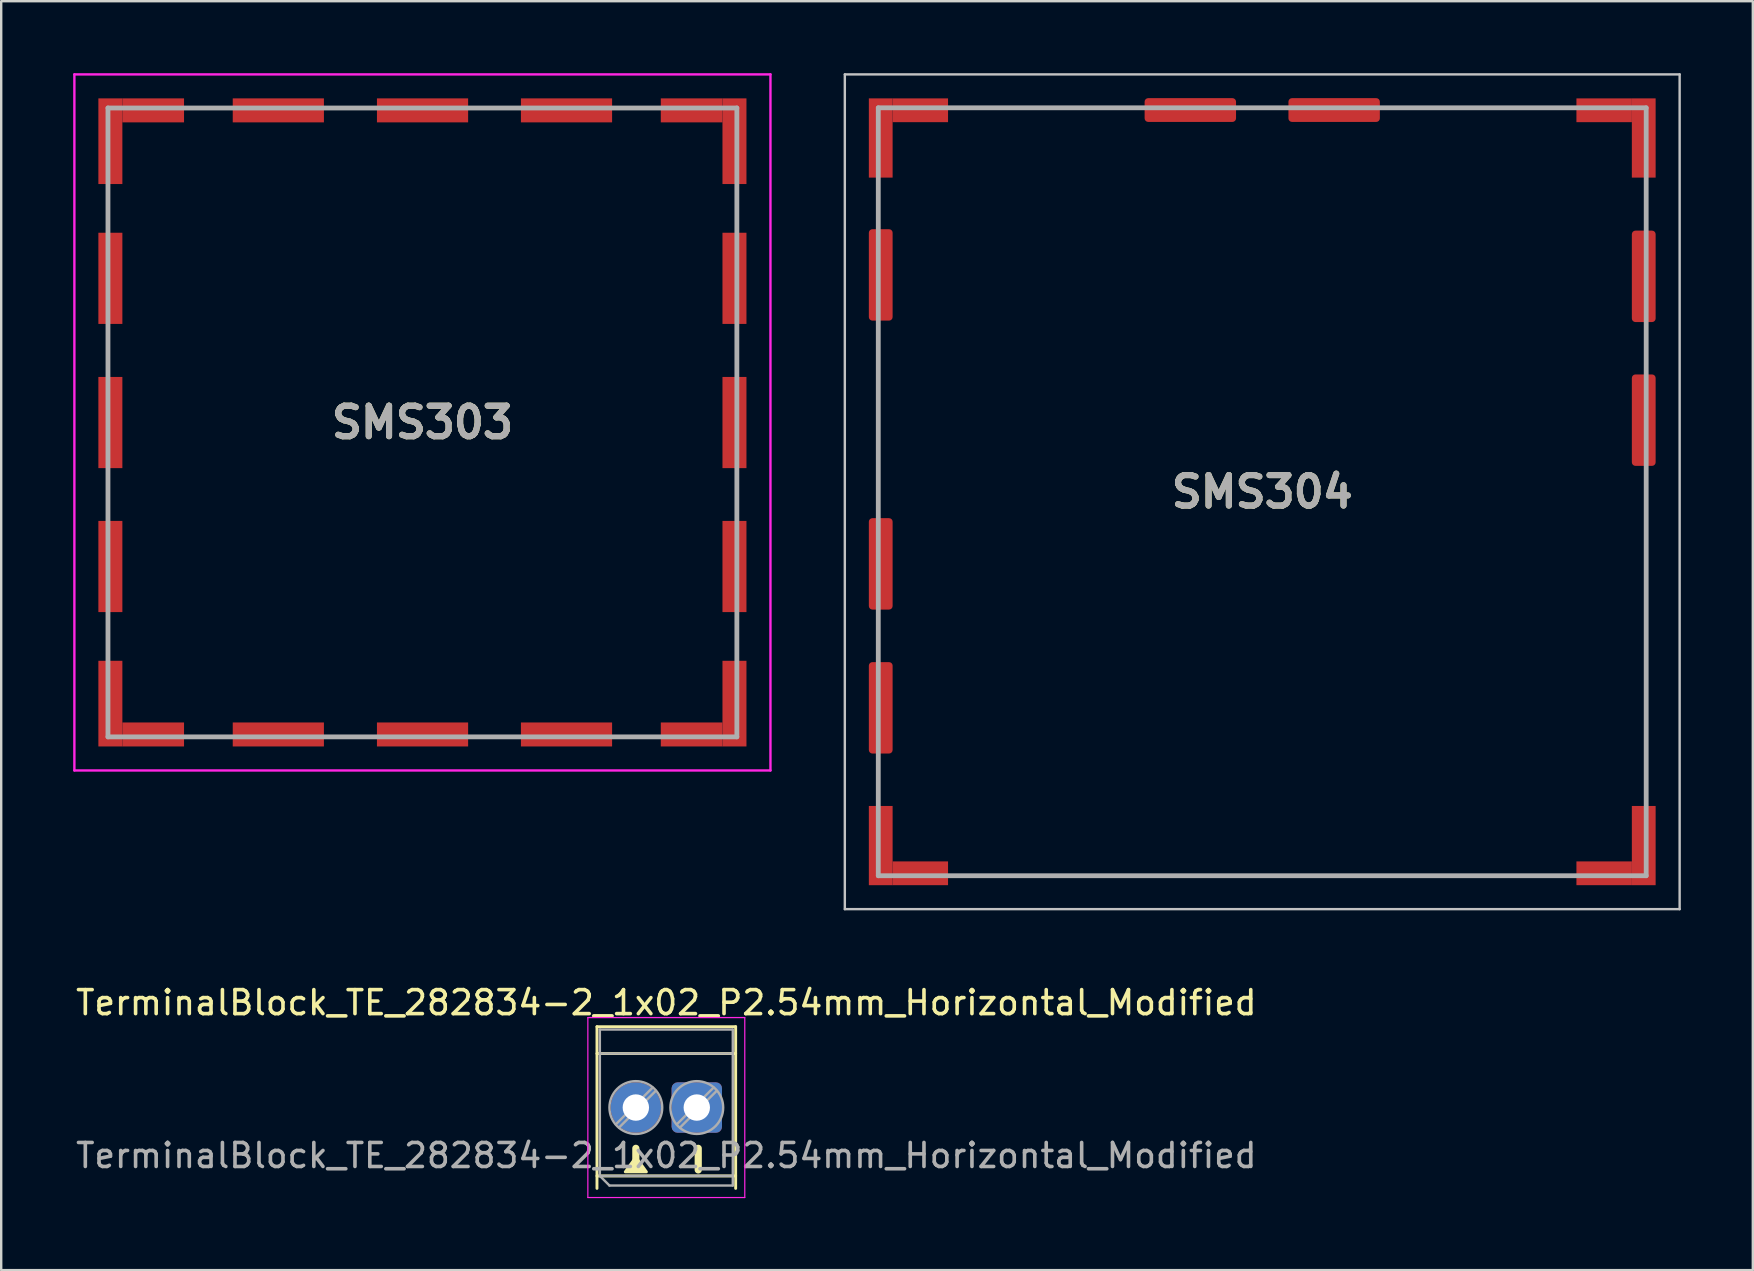
<source format=kicad_pcb>
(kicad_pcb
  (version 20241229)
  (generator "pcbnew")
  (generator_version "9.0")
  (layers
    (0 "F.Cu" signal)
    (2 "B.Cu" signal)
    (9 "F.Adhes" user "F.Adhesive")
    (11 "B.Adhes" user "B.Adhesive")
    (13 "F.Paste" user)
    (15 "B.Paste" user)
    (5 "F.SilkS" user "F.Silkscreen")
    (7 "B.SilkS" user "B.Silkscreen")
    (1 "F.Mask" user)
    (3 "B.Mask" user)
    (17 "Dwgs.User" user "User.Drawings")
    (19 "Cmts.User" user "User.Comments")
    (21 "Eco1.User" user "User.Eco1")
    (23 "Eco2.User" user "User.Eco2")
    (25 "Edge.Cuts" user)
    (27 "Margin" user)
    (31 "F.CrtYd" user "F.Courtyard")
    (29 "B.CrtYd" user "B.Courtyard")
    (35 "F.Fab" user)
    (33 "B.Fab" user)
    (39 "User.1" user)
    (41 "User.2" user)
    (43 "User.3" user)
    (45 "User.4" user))
  (footprint "SMS304"
    (layer "F.Cu")
    (at 49.556 17.446)
    (property "Reference" "SMS304" (at 0 0 0) (layer "F.SilkS") (effects (font (size 1.27 1.27) (thickness 0.254))))
    (attr smd)
    (fp_line (start -16.002 -12.5) (end -16.002 -11.5) (stroke (width 0.1) (type solid)) (layer "F.SilkS"))
    (fp_line (start -16.002 -6.5) (end -16 -5.5) (stroke (width 0.1) (type solid)) (layer "F.SilkS"))
    (fp_line (start -16 -0.5) (end -16.002 0.5) (stroke (width 0.1) (type solid)) (layer "F.SilkS"))
    (fp_line (start -16 5.5) (end -16 6.5) (stroke (width 0.1) (type solid)) (layer "F.SilkS"))
    (fp_line (start -16 11.5) (end -16 12.5) (stroke (width 0.1) (type solid)) (layer "F.SilkS"))
    (fp_line (start -12.5 16.002) (end -11.5 16.002) (stroke (width 0.1) (type solid)) (layer "F.SilkS"))
    (fp_line (start -11.5 -16.002) (end -12.5 -16.002) (stroke (width 0.1) (type solid)) (layer "F.SilkS"))
    (fp_line (start -6.5 16.002) (end -5.5 16.002) (stroke (width 0.1) (type solid)) (layer "F.SilkS"))
    (fp_line (start -5.5 -16) (end -6.5 -16) (stroke (width 0.1) (type solid)) (layer "F.SilkS"))
    (fp_line (start -0.5 16.002) (end 0.5 16.002) (stroke (width 0.1) (type solid)) (layer "F.SilkS"))
    (fp_line (start 0.5 -16.002) (end -0.5 -16.002) (stroke (width 0.1) (type solid)) (layer "F.SilkS"))
    (fp_line (start 5.5 16) (end 6.5 16.002) (stroke (width 0.1) (type solid)) (layer "F.SilkS"))
    (fp_line (start 6.5 -16.002) (end 5.5 -16.002) (stroke (width 0.1) (type solid)) (layer "F.SilkS"))
    (fp_line (start 11.5 16.002) (end 12.5 16) (stroke (width 0.1) (type solid)) (layer "F.SilkS"))
    (fp_line (start 12.5 -16) (end 11.5 -16) (stroke (width 0.1) (type solid)) (layer "F.SilkS"))
    (fp_line (start 16 -11.5) (end 16.002 -12.5) (stroke (width 0.1) (type solid)) (layer "F.SilkS"))
    (fp_line (start 16 6.5) (end 16.002 5.5) (stroke (width 0.1) (type solid)) (layer "F.SilkS"))
    (fp_line (start 16.002 -5.5) (end 16.002 -6.5) (stroke (width 0.1) (type solid)) (layer "F.SilkS"))
    (fp_line (start 16.002 0.5) (end 16.002 -0.5) (stroke (width 0.1) (type solid)) (layer "F.SilkS"))
    (fp_line (start 16.002 12.5) (end 16.002 11.5) (stroke (width 0.1) (type solid)) (layer "F.SilkS"))
    (fp_line (start -17.396 -17.396) (end 17.396 -17.396) (stroke (width 0.1) (type solid)) (layer "Dwgs.User"))
    (fp_line (start -17.396 17.395) (end -17.396 -17.396) (stroke (width 0.1) (type solid)) (layer "Dwgs.User"))
    (fp_line (start 17.396 -17.396) (end 17.396 17.395) (stroke (width 0.1) (type solid)) (layer "Dwgs.User"))
    (fp_line (start 17.396 17.395) (end -17.396 17.395) (stroke (width 0.1) (type solid)) (layer "Dwgs.User"))
    (fp_line (start -16.002 -16.002) (end 16.002 -16.002) (stroke (width 0.2) (type solid)) (layer "F.Fab"))
    (fp_line (start -16.002 16.002) (end -16.002 -16.002) (stroke (width 0.2) (type solid)) (layer "F.Fab"))
    (fp_line (start 16.002 -16.002) (end 16.002 16.002) (stroke (width 0.2) (type solid)) (layer "F.Fab"))
    (fp_line (start 16.002 16.002) (end -16.002 16.002) (stroke (width 0.2) (type solid)) (layer "F.Fab"))
    (fp_text user "${REFERENCE}" (at 0 0 0) (layer "F.Fab") (effects (font (size 1.27 1.27) (thickness 0.254))))
    (pad "1" smd rect (at -15.9 -14.745) (size 0.991 3.302) (layers "F.Cu" "F.Mask"))
    (pad "1" smd roundrect (at -15.9 -9.039) (size 0.991 3.81) (layers "F.Cu" "F.Mask") (roundrect_rratio 0.15))
    (pad "1" smd roundrect (at -15.9 3.004) (size 0.991 3.81) (layers "F.Cu" "F.Mask") (roundrect_rratio 0.15))
    (pad "1" smd roundrect (at -15.9 9.004) (size 0.991 3.81) (layers "F.Cu" "F.Mask") (roundrect_rratio 0.15))
    (pad "1" smd rect (at -15.9 14.745) (size 0.991 3.302) (layers "F.Cu" "F.Mask"))
    (pad "1" smd rect (at -14.25 -15.9 90) (size 0.991 2.311) (layers "F.Cu" "F.Mask"))
    (pad "1" smd rect (at -14.25 15.9 90) (size 0.991 2.311) (layers "F.Cu" "F.Mask"))
    (pad "1" smd roundrect (at -2.997 -15.91 90) (size 0.991 3.81) (layers "F.Cu" "F.Mask") (roundrect_rratio 0.15))
    (pad "1" smd roundrect (at 2.997 -15.91 90) (size 0.991 3.81) (layers "F.Cu" "F.Mask") (roundrect_rratio 0.15))
    (pad "1" smd rect (at 14.25 -15.9 90) (size 0.991 2.311) (layers "F.Cu" "F.Mask"))
    (pad "1" smd rect (at 14.25 15.9 90) (size 0.991 2.311) (layers "F.Cu" "F.Mask"))
    (pad "1" smd rect (at 15.9 -14.745) (size 0.991 3.302) (layers "F.Cu" "F.Mask"))
    (pad "1" smd roundrect (at 15.9 -8.979) (size 0.991 3.81) (layers "F.Cu" "F.Mask") (roundrect_rratio 0.15))
    (pad "1" smd roundrect (at 15.9 -2.985) (size 0.991 3.81) (layers "F.Cu" "F.Mask") (roundrect_rratio 0.15))
    (pad "1" smd rect (at 15.9 14.745) (size 0.991 3.302) (layers "F.Cu" "F.Mask")))
  (footprint "TerminalBlock_TE_282834-2_1x02_P2.54mm_Horizontal_Modified"
    (layer "F.Cu")
    (at 23.45 43.109)
    (property "Reference" "TerminalBlock_TE_282834-2_1x02_P2.54mm_Horizontal_Modified" (at 1.27 -4.37 0) (layer "F.SilkS") (effects (font (size 1 1) (thickness 0.15))))
    (attr through_hole)
    (fp_line (start -1.62 -3.37) (end 4.16 -3.37) (stroke (width 0.12) (type solid)) (layer "F.SilkS"))
    (fp_line (start -1.62 -2.25) (end 4.16 -2.25) (stroke (width 0.12) (type solid)) (layer "F.SilkS"))
    (fp_line (start -1.62 2.85) (end 4.16 2.85) (stroke (width 0.12) (type solid)) (layer "F.SilkS"))
    (fp_line (start -1.62 3.37) (end -1.62 -3.37) (stroke (width 0.12) (type solid)) (layer "F.SilkS"))
    (fp_line (start 0 2.4) (end 0 1.7) (stroke (width 0.3) (type solid)) (layer "F.SilkS"))
    (fp_line (start 2.6 2.6) (end 2.6 1.7) (stroke (width 0.3) (type solid)) (layer "F.SilkS"))
    (fp_line (start 4.16 -3.37) (end 4.16 3.37) (stroke (width 0.12) (type solid)) (layer "F.SilkS"))
    (fp_poly (pts (xy 0 2.07) (xy 0.44 2.68) (xy -0.44 2.68)) (stroke (width 0.12) (type solid)) (fill yes) (layer "F.SilkS"))
    (fp_line (start -2 -3.75) (end -2 3.75) (stroke (width 0.05) (type solid)) (layer "F.CrtYd"))
    (fp_line (start -2 3.75) (end 4.54 3.75) (stroke (width 0.05) (type solid)) (layer "F.CrtYd"))
    (fp_line (start 4.54 -3.75) (end -2 -3.75) (stroke (width 0.05) (type solid)) (layer "F.CrtYd"))
    (fp_line (start 4.54 3.75) (end 4.54 -3.75) (stroke (width 0.05) (type solid)) (layer "F.CrtYd"))
    (fp_line (start -1.5 -3.25) (end 4.04 -3.25) (stroke (width 0.1) (type solid)) (layer "F.Fab"))
    (fp_line (start -1.5 -2.25) (end 4.04 -2.25) (stroke (width 0.1) (type solid)) (layer "F.Fab"))
    (fp_line (start -1.5 2.85) (end -1.5 -3.25) (stroke (width 0.1) (type solid)) (layer "F.Fab"))
    (fp_line (start -1.5 2.85) (end 4.04 2.85) (stroke (width 0.1) (type solid)) (layer "F.Fab"))
    (fp_line (start -1.1 3.25) (end -1.5 2.85) (stroke (width 0.1) (type solid)) (layer "F.Fab"))
    (fp_line (start 0.7 -0.834) (end -0.834 0.7) (stroke (width 0.1) (type solid)) (layer "F.Fab"))
    (fp_line (start 0.834 -0.7) (end -0.7 0.834) (stroke (width 0.1) (type solid)) (layer "F.Fab"))
    (fp_line (start 3.24 -0.834) (end 1.706 0.7) (stroke (width 0.1) (type solid)) (layer "F.Fab"))
    (fp_line (start 3.374 -0.7) (end 1.84 0.834) (stroke (width 0.1) (type solid)) (layer "F.Fab"))
    (fp_line (start 4.04 -3.25) (end 4.04 3.25) (stroke (width 0.1) (type solid)) (layer "F.Fab"))
    (fp_line (start 4.04 3.25) (end -1.1 3.25) (stroke (width 0.1) (type solid)) (layer "F.Fab"))
    (fp_circle (center 0 0) (end 1.1 0) (stroke (width 0.1) (type solid)) (fill no) (layer "F.Fab"))
    (fp_circle (center 2.54 0) (end 3.64 0) (stroke (width 0.1) (type solid)) (fill no) (layer "F.Fab"))
    (fp_text user "${REFERENCE}" (at 1.27 2 0) (layer "F.Fab") (effects (font (size 1 1) (thickness 0.15))))
    (pad "1" thru_hole circle (at 0 0) (size 2.1 2.1) (drill 1.1) (layers "*.Cu" "*.Mask"))
    (pad "2" thru_hole roundrect (at 2.54 0) (size 2.1 2.1) (drill 1.1) (layers "*.Cu" "*.Mask") (roundrect_rratio 0.119)))
  (footprint "SMS303"
    (layer "F.Cu")
    (at 14.555 14.555)
    (property "Reference" "SMS303" (at 0 0 0) (layer "F.SilkS") (effects (font (size 1.27 1.27) (thickness 0.254))))
    (attr smd)
    (fp_line (start -13.105 -9.5) (end -13.105 -8.5) (stroke (width 0.1) (type solid)) (layer "F.SilkS"))
    (fp_line (start -13.105 -3.5) (end -13.105 -2.5) (stroke (width 0.1) (type solid)) (layer "F.SilkS"))
    (fp_line (start -13.105 2.5) (end -13.105 3.5) (stroke (width 0.1) (type solid)) (layer "F.SilkS"))
    (fp_line (start -13.105 8.5) (end -13.105 9.5) (stroke (width 0.1) (type solid)) (layer "F.SilkS"))
    (fp_line (start -9.5 -13.105) (end -8.5 -13.105) (stroke (width 0.1) (type solid)) (layer "F.SilkS"))
    (fp_line (start -9 13.105) (end -8.5 13.105) (stroke (width 0.1) (type solid)) (layer "F.SilkS"))
    (fp_line (start -3.5 -13.105) (end -2.5 -13.105) (stroke (width 0.1) (type solid)) (layer "F.SilkS"))
    (fp_line (start -3.5 13.105) (end -2.5 13.105) (stroke (width 0.1) (type solid)) (layer "F.SilkS"))
    (fp_line (start 2.5 -13.105) (end 3.5 -13.105) (stroke (width 0.1) (type solid)) (layer "F.SilkS"))
    (fp_line (start 2.5 13.105) (end 3.5 13.105) (stroke (width 0.1) (type solid)) (layer "F.SilkS"))
    (fp_line (start 8.5 -13.105) (end 9.5 -13.105) (stroke (width 0.1) (type solid)) (layer "F.SilkS"))
    (fp_line (start 8.5 13.105) (end 9.5 13.105) (stroke (width 0.1) (type solid)) (layer "F.SilkS"))
    (fp_line (start 13.105 -8.5) (end 13.105 -9.5) (stroke (width 0.1) (type solid)) (layer "F.SilkS"))
    (fp_line (start 13.105 -2.5) (end 13.105 -3.5) (stroke (width 0.1) (type solid)) (layer "F.SilkS"))
    (fp_line (start 13.105 3.5) (end 13.105 2.5) (stroke (width 0.1) (type solid)) (layer "F.SilkS"))
    (fp_line (start 13.105 9.5) (end 13.105 8.5) (stroke (width 0.1) (type solid)) (layer "F.SilkS"))
    (fp_line (start -14.505 -14.505) (end 14.505 -14.505) (stroke (width 0.1) (type solid)) (layer "F.CrtYd"))
    (fp_line (start -14.505 14.505) (end -14.505 -14.505) (stroke (width 0.1) (type solid)) (layer "F.CrtYd"))
    (fp_line (start 14.505 -14.505) (end 14.505 14.505) (stroke (width 0.1) (type solid)) (layer "F.CrtYd"))
    (fp_line (start 14.505 14.505) (end -14.505 14.505) (stroke (width 0.1) (type solid)) (layer "F.CrtYd"))
    (fp_line (start -13.105 -13.105) (end 13.105 -13.105) (stroke (width 0.2) (type solid)) (layer "F.Fab"))
    (fp_line (start -13.105 13.105) (end -13.105 -13.105) (stroke (width 0.2) (type solid)) (layer "F.Fab"))
    (fp_line (start 13.105 -13.105) (end 13.105 13.105) (stroke (width 0.2) (type solid)) (layer "F.Fab"))
    (fp_line (start 13.105 13.105) (end -13.105 13.105) (stroke (width 0.2) (type solid)) (layer "F.Fab"))
    (fp_text user "${REFERENCE}" (at 0 0 0) (layer "F.Fab") (effects (font (size 1.27 1.27) (thickness 0.254))))
    (pad "1" smd rect (at -13.005 -11.72) (size 1 3.57) (layers "F.Cu" "F.Mask" "F.Paste"))
    (pad "2" smd rect (at -13.005 -6.005) (size 1 3.8) (layers "F.Cu" "F.Mask" "F.Paste"))
    (pad "3" smd rect (at -13.005 0.005) (size 1 3.8) (layers "F.Cu" "F.Mask" "F.Paste"))
    (pad "4" smd rect (at -13.005 6.005) (size 1 3.8) (layers "F.Cu" "F.Mask" "F.Paste"))
    (pad "5" smd rect (at -13.005 11.72) (size 1 3.57) (layers "F.Cu" "F.Mask" "F.Paste"))
    (pad "6" smd rect (at -11.22 13.005 90) (size 1 2.57) (layers "F.Cu" "F.Mask" "F.Paste"))
    (pad "7" smd rect (at -6.005 13.005 90) (size 1 3.8) (layers "F.Cu" "F.Mask" "F.Paste"))
    (pad "8" smd rect (at 0.005 13.005 90) (size 1 3.8) (layers "F.Cu" "F.Mask" "F.Paste"))
    (pad "9" smd rect (at 6.005 13.005 90) (size 1 3.8) (layers "F.Cu" "F.Mask" "F.Paste"))
    (pad "10" smd rect (at 11.22 13.005 90) (size 1 2.57) (layers "F.Cu" "F.Mask" "F.Paste"))
    (pad "11" smd rect (at 13.005 11.72) (size 1 3.57) (layers "F.Cu" "F.Mask" "F.Paste"))
    (pad "12" smd rect (at 13.005 6.005) (size 1 3.8) (layers "F.Cu" "F.Mask" "F.Paste"))
    (pad "13" smd rect (at 13.005 0.005) (size 1 3.8) (layers "F.Cu" "F.Mask" "F.Paste"))
    (pad "14" smd rect (at 13.005 -6.005) (size 1 3.8) (layers "F.Cu" "F.Mask" "F.Paste"))
    (pad "15" smd rect (at 13.005 -11.72) (size 1 3.57) (layers "F.Cu" "F.Mask" "F.Paste"))
    (pad "16" smd rect (at 11.22 -13.005 90) (size 1 2.57) (layers "F.Cu" "F.Mask" "F.Paste"))
    (pad "17" smd rect (at 6.005 -13.005 90) (size 1 3.8) (layers "F.Cu" "F.Mask" "F.Paste"))
    (pad "18" smd rect (at 0.005 -13.005 90) (size 1 3.8) (layers "F.Cu" "F.Mask" "F.Paste"))
    (pad "19" smd rect (at -6.005 -13.005 90) (size 1 3.8) (layers "F.Cu" "F.Mask" "F.Paste"))
    (pad "20" smd rect (at -11.22 -13.005 90) (size 1 2.57) (layers "F.Cu" "F.Mask" "F.Paste")))
  (gr_rect
    (start -3 -3)
    (end 70.002 49.884)
    (stroke (width 0.1) (type default))
    (fill no)
    (layer "Edge.Cuts")))
</source>
